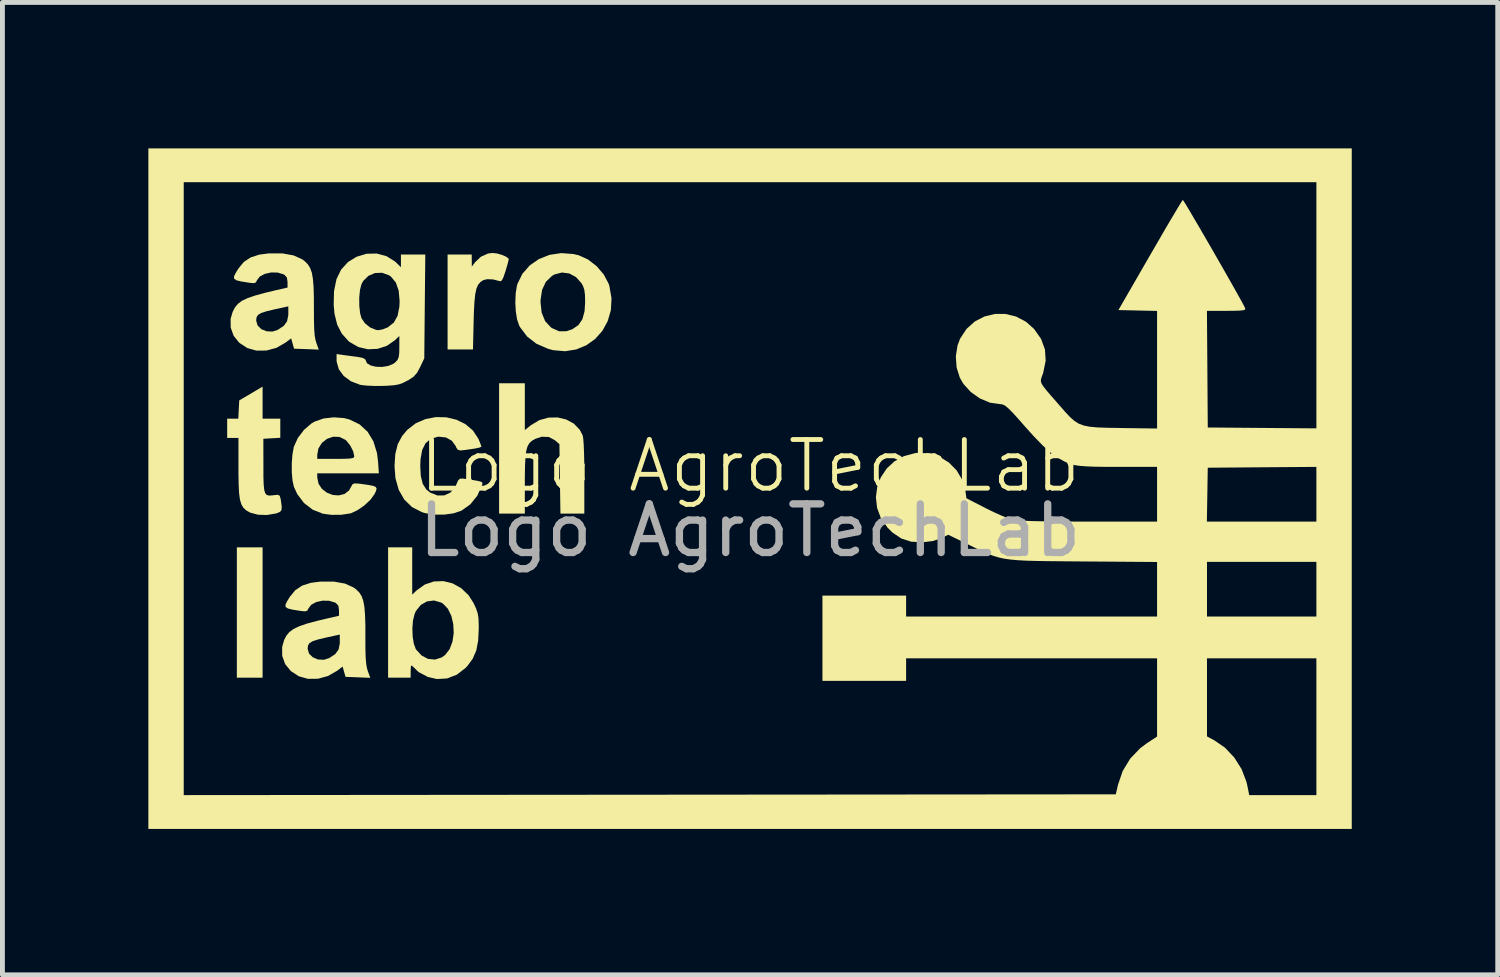
<source format=kicad_pcb>
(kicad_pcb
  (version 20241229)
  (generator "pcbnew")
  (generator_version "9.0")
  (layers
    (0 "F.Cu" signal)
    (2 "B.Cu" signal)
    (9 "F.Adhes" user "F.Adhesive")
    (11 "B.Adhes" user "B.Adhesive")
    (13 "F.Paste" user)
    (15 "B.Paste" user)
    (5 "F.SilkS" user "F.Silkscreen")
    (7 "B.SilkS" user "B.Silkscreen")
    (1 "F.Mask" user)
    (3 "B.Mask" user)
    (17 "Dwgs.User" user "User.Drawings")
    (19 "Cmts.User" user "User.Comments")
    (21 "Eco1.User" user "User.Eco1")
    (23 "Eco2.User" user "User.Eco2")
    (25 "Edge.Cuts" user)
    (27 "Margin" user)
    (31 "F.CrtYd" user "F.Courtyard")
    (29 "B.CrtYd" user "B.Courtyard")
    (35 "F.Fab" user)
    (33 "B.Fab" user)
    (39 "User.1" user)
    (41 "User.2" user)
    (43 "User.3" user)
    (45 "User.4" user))
  (footprint "Logo AgroTechLab"
    (layer "F.Cu")
    (at 12.369 7.028)
    (property "Reference" "Logo AgroTechLab" (at 0 -0.5 0) (unlocked yes) (layer "F.SilkS") (effects (font (size 1 1) (thickness 0.1))))
    (attr through_hole)
    (fp_poly (pts (xy -10.021 2.514) (xy -10.021 3.853) (xy -10.286 3.853) (xy -10.55 3.853) (xy -10.55 2.514) (xy -10.55 1.174) (xy -10.286 1.174) (xy -10.021 1.174)) (stroke (width 0) (type solid)) (fill yes) (layer "F.SilkS"))
    (fp_poly (pts (xy -5.201 -4.867) (xy -5.102 -4.839) (xy -5.017 -4.802) (xy -4.967 -4.765) (xy -4.961 -4.751) (xy -4.97 -4.706) (xy -4.994 -4.616) (xy -5.028 -4.502) (xy -5.029 -4.499) (xy -5.069 -4.381) (xy -5.1 -4.317) (xy -5.13 -4.296) (xy -5.153 -4.3) (xy -5.282 -4.334) (xy -5.405 -4.339) (xy -5.485 -4.319) (xy -5.545 -4.278) (xy -5.592 -4.221) (xy -5.626 -4.141) (xy -5.65 -4.028) (xy -5.666 -3.873) (xy -5.677 -3.667) (xy -5.682 -3.481) (xy -5.696 -2.894) (xy -5.957 -2.894) (xy -6.218 -2.894) (xy -6.218 -3.87) (xy -6.218 -4.845) (xy -5.97 -4.845) (xy -5.722 -4.845) (xy -5.721 -4.721) (xy -5.72 -4.597) (xy -5.651 -4.689) (xy -5.531 -4.802) (xy -5.384 -4.867) (xy -5.292 -4.878)) (stroke (width 0) (type solid)) (fill yes) (layer "F.SilkS"))
    (fp_poly (pts (xy -4.63 -1.718) (xy -4.63 -1.237) (xy -4.504 -1.338) (xy -4.332 -1.441) (xy -4.146 -1.493) (xy -3.958 -1.497) (xy -3.78 -1.455) (xy -3.623 -1.37) (xy -3.501 -1.243) (xy -3.442 -1.131) (xy -3.43 -1.066) (xy -3.42 -0.942) (xy -3.413 -0.767) (xy -3.408 -0.549) (xy -3.407 -0.296) (xy -3.407 -0.279) (xy -3.407 0.48) (xy -3.652 0.48) (xy -3.898 0.48) (xy -3.909 -0.234) (xy -3.919 -0.948) (xy -4.012 -1.028) (xy -4.137 -1.095) (xy -4.282 -1.1) (xy -4.416 -1.056) (xy -4.484 -1.017) (xy -4.536 -0.969) (xy -4.574 -0.903) (xy -4.601 -0.809) (xy -4.617 -0.679) (xy -4.626 -0.505) (xy -4.63 -0.277) (xy -4.63 -0.152) (xy -4.63 0.48) (xy -4.895 0.48) (xy -5.159 0.48) (xy -5.159 -0.86) (xy -5.159 -2.199) (xy -4.895 -2.199) (xy -4.63 -2.199)) (stroke (width 0) (type solid)) (fill yes) (layer "F.SilkS"))
    (fp_poly (pts (xy -10.021 -1.801) (xy -10.021 -1.472) (xy -9.839 -1.472) (xy -9.657 -1.472) (xy -9.657 -1.275) (xy -9.657 -1.078) (xy -9.831 -1.068) (xy -10.005 -1.058) (xy -10.004 -0.503) (xy -10.004 -0.284) (xy -9.999 -0.122) (xy -9.988 -0.011) (xy -9.968 0.06) (xy -9.935 0.097) (xy -9.886 0.11) (xy -9.819 0.105) (xy -9.786 0.101) (xy -9.707 0.093) (xy -9.669 0.114) (xy -9.65 0.178) (xy -9.645 0.207) (xy -9.628 0.329) (xy -9.631 0.402) (xy -9.661 0.444) (xy -9.723 0.47) (xy -9.748 0.478) (xy -9.934 0.509) (xy -10.116 0.503) (xy -10.27 0.462) (xy -10.286 0.455) (xy -10.36 0.412) (xy -10.416 0.36) (xy -10.457 0.29) (xy -10.486 0.194) (xy -10.504 0.061) (xy -10.513 -0.115) (xy -10.517 -0.346) (xy -10.517 -0.455) (xy -10.517 -1.075) (xy -10.633 -1.075) (xy -10.749 -1.075) (xy -10.749 -1.273) (xy -10.749 -1.472) (xy -10.635 -1.472) (xy -10.52 -1.472) (xy -10.511 -1.659) (xy -10.501 -1.847) (xy -10.261 -1.988) (xy -10.021 -2.13)) (stroke (width 0) (type solid)) (fill yes) (layer "F.SilkS"))
    (fp_poly (pts (xy -3.633 -4.856) (xy -3.524 -4.831) (xy -3.332 -4.744) (xy -3.154 -4.607) (xy -3.007 -4.435) (xy -2.907 -4.245) (xy -2.892 -4.2) (xy -2.848 -3.945) (xy -2.861 -3.702) (xy -2.926 -3.478) (xy -3.035 -3.278) (xy -3.184 -3.11) (xy -3.366 -2.98) (xy -3.574 -2.894) (xy -3.802 -2.858) (xy -4.045 -2.879) (xy -4.151 -2.907) (xy -4.392 -3.012) (xy -4.583 -3.16) (xy -4.728 -3.352) (xy -4.748 -3.39) (xy -4.79 -3.514) (xy -4.816 -3.68) (xy -4.826 -3.865) (xy -4.825 -3.87) (xy -4.308 -3.87) (xy -4.284 -3.651) (xy -4.213 -3.477) (xy -4.094 -3.348) (xy -4.071 -3.333) (xy -3.926 -3.268) (xy -3.773 -3.269) (xy -3.652 -3.311) (xy -3.529 -3.395) (xy -3.447 -3.515) (xy -3.402 -3.68) (xy -3.39 -3.87) (xy -3.394 -4.017) (xy -3.407 -4.121) (xy -3.435 -4.202) (xy -3.465 -4.255) (xy -3.577 -4.381) (xy -3.715 -4.456) (xy -3.866 -4.476) (xy -4.017 -4.437) (xy -4.071 -4.407) (xy -4.198 -4.284) (xy -4.276 -4.118) (xy -4.307 -3.906) (xy -4.308 -3.87) (xy -4.825 -3.87) (xy -4.818 -4.047) (xy -4.793 -4.204) (xy -4.782 -4.242) (xy -4.68 -4.45) (xy -4.529 -4.622) (xy -4.34 -4.753) (xy -4.121 -4.839) (xy -3.882 -4.875)) (stroke (width 0) (type solid)) (fill yes) (layer "F.SilkS"))
    (fp_poly (pts (xy -6.945 1.66) (xy -6.945 2.146) (xy -6.854 2.058) (xy -6.686 1.938) (xy -6.5 1.875) (xy -6.306 1.868) (xy -6.117 1.914) (xy -5.941 2.011) (xy -5.788 2.156) (xy -5.682 2.322) (xy -5.631 2.434) (xy -5.6 2.527) (xy -5.583 2.627) (xy -5.578 2.758) (xy -5.577 2.839) (xy -5.589 3.09) (xy -5.628 3.294) (xy -5.701 3.463) (xy -5.81 3.612) (xy -5.85 3.654) (xy -6.031 3.793) (xy -6.228 3.869) (xy -6.436 3.881) (xy -6.625 3.838) (xy -6.815 3.737) (xy -6.935 3.621) (xy -6.961 3.601) (xy -6.973 3.627) (xy -6.977 3.71) (xy -6.977 3.712) (xy -6.978 3.853) (xy -7.21 3.853) (xy -7.441 3.853) (xy -7.441 2.839) (xy -6.942 2.839) (xy -6.936 3.006) (xy -6.912 3.156) (xy -6.871 3.266) (xy -6.866 3.274) (xy -6.753 3.397) (xy -6.62 3.467) (xy -6.477 3.481) (xy -6.339 3.437) (xy -6.27 3.388) (xy -6.176 3.267) (xy -6.117 3.111) (xy -6.092 2.935) (xy -6.101 2.753) (xy -6.141 2.582) (xy -6.212 2.436) (xy -6.314 2.33) (xy -6.351 2.308) (xy -6.498 2.266) (xy -6.642 2.285) (xy -6.769 2.358) (xy -6.868 2.481) (xy -6.896 2.543) (xy -6.929 2.677) (xy -6.942 2.839) (xy -7.441 2.839) (xy -7.441 2.514) (xy -7.441 1.174) (xy -7.193 1.174) (xy -6.945 1.174)) (stroke (width 0) (type solid)) (fill yes) (layer "F.SilkS"))
    (fp_poly (pts (xy -6.242 -1.499) (xy -6.037 -1.45) (xy -5.851 -1.359) (xy -5.696 -1.227) (xy -5.584 -1.057) (xy -5.575 -1.035) (xy -5.542 -0.954) (xy -5.524 -0.903) (xy -5.523 -0.897) (xy -5.555 -0.879) (xy -5.651 -0.858) (xy -5.813 -0.834) (xy -5.858 -0.828) (xy -5.952 -0.818) (xy -6.003 -0.829) (xy -6.035 -0.869) (xy -6.052 -0.91) (xy -6.131 -1.018) (xy -6.251 -1.085) (xy -6.398 -1.101) (xy -6.424 -1.098) (xy -6.567 -1.055) (xy -6.671 -0.966) (xy -6.74 -0.829) (xy -6.774 -0.639) (xy -6.78 -0.496) (xy -6.768 -0.287) (xy -6.728 -0.131) (xy -6.657 -0.018) (xy -6.575 0.049) (xy -6.426 0.108) (xy -6.284 0.106) (xy -6.159 0.047) (xy -6.064 -0.066) (xy -6.039 -0.117) (xy -6.002 -0.201) (xy -5.966 -0.237) (xy -5.906 -0.241) (xy -5.845 -0.232) (xy -5.688 -0.208) (xy -5.586 -0.19) (xy -5.528 -0.174) (xy -5.504 -0.156) (xy -5.502 -0.132) (xy -5.51 -0.104) (xy -5.608 0.114) (xy -5.753 0.292) (xy -5.934 0.42) (xy -6.092 0.474) (xy -6.286 0.501) (xy -6.491 0.5) (xy -6.682 0.47) (xy -6.747 0.45) (xy -6.949 0.346) (xy -7.108 0.192) (xy -7.222 -0.007) (xy -7.29 -0.248) (xy -7.309 -0.496) (xy -7.293 -0.743) (xy -7.243 -0.946) (xy -7.152 -1.116) (xy -7.046 -1.242) (xy -6.87 -1.378) (xy -6.67 -1.464) (xy -6.457 -1.504)) (stroke (width 0) (type solid)) (fill yes) (layer "F.SilkS"))
    (fp_poly (pts (xy -8.344 -1.483) (xy -8.235 -1.455) (xy -8.027 -1.354) (xy -7.863 -1.203) (xy -7.743 -1.006) (xy -7.669 -0.764) (xy -7.647 -0.587) (xy -7.631 -0.347) (xy -8.264 -0.347) (xy -8.897 -0.347) (xy -8.897 -0.261) (xy -8.87 -0.131) (xy -8.799 -0.026) (xy -8.697 0.051) (xy -8.578 0.097) (xy -8.454 0.106) (xy -8.338 0.077) (xy -8.245 0.006) (xy -8.199 -0.075) (xy -8.174 -0.121) (xy -8.135 -0.14) (xy -8.061 -0.138) (xy -8.012 -0.132) (xy -7.851 -0.11) (xy -7.748 -0.09) (xy -7.692 -0.066) (xy -7.677 -0.031) (xy -7.692 0.021) (xy -7.721 0.081) (xy -7.805 0.196) (xy -7.929 0.312) (xy -8.069 0.41) (xy -8.201 0.471) (xy -8.217 0.476) (xy -8.401 0.504) (xy -8.603 0.506) (xy -8.783 0.482) (xy -8.992 0.399) (xy -9.17 0.262) (xy -9.309 0.078) (xy -9.378 -0.073) (xy -9.406 -0.2) (xy -9.421 -0.367) (xy -9.421 -0.553) (xy -9.408 -0.729) (xy -8.897 -0.729) (xy -8.897 -0.645) (xy -8.516 -0.645) (xy -8.35 -0.646) (xy -8.239 -0.651) (xy -8.173 -0.66) (xy -8.143 -0.676) (xy -8.136 -0.696) (xy -8.159 -0.801) (xy -8.218 -0.918) (xy -8.296 -1.016) (xy -8.318 -1.036) (xy -8.441 -1.096) (xy -8.571 -1.1) (xy -8.696 -1.057) (xy -8.801 -0.974) (xy -8.873 -0.859) (xy -8.897 -0.729) (xy -9.408 -0.729) (xy -9.408 -0.732) (xy -9.381 -0.881) (xy -9.377 -0.897) (xy -9.296 -1.075) (xy -9.169 -1.242) (xy -9.016 -1.373) (xy -8.952 -1.411) (xy -8.768 -1.475) (xy -8.556 -1.499)) (stroke (width 0) (type solid)) (fill yes) (layer "F.SilkS"))
    (fp_poly (pts (xy -9.614 -4.869) (xy -9.384 -4.828) (xy -9.204 -4.746) (xy -9.148 -4.703) (xy -9.088 -4.641) (xy -9.043 -4.567) (xy -9.009 -4.473) (xy -8.987 -4.348) (xy -8.973 -4.185) (xy -8.967 -3.974) (xy -8.966 -3.709) (xy -8.965 -3.482) (xy -8.96 -3.31) (xy -8.95 -3.182) (xy -8.933 -3.087) (xy -8.917 -3.033) (xy -8.866 -2.891) (xy -9.12 -2.901) (xy -9.374 -2.91) (xy -9.404 -3.016) (xy -9.434 -3.122) (xy -9.546 -3.037) (xy -9.735 -2.928) (xy -9.941 -2.872) (xy -10.147 -2.87) (xy -10.335 -2.923) (xy -10.501 -3.032) (xy -10.616 -3.175) (xy -10.676 -3.342) (xy -10.678 -3.488) (xy -10.153 -3.488) (xy -10.124 -3.388) (xy -10.048 -3.312) (xy -9.94 -3.268) (xy -9.819 -3.262) (xy -9.713 -3.295) (xy -9.588 -3.377) (xy -9.518 -3.472) (xy -9.493 -3.596) (xy -9.492 -3.624) (xy -9.492 -3.78) (xy -9.777 -3.718) (xy -9.941 -3.679) (xy -10.049 -3.644) (xy -10.114 -3.605) (xy -10.145 -3.556) (xy -10.153 -3.491) (xy -10.153 -3.488) (xy -10.678 -3.488) (xy -10.678 -3.525) (xy -10.637 -3.665) (xy -10.591 -3.756) (xy -10.53 -3.83) (xy -10.446 -3.894) (xy -10.328 -3.95) (xy -10.17 -4.004) (xy -9.961 -4.061) (xy -9.773 -4.106) (xy -9.508 -4.167) (xy -9.508 -4.282) (xy -9.521 -4.372) (xy -9.569 -4.426) (xy -9.591 -4.439) (xy -9.713 -4.475) (xy -9.847 -4.477) (xy -9.975 -4.448) (xy -10.078 -4.394) (xy -10.136 -4.317) (xy -10.137 -4.314) (xy -10.16 -4.271) (xy -10.204 -4.257) (xy -10.291 -4.265) (xy -10.297 -4.266) (xy -10.456 -4.291) (xy -10.557 -4.315) (xy -10.605 -4.347) (xy -10.609 -4.395) (xy -10.573 -4.468) (xy -10.519 -4.556) (xy -10.408 -4.692) (xy -10.267 -4.786) (xy -10.087 -4.844) (xy -9.892 -4.869)) (stroke (width 0) (type solid)) (fill yes) (layer "F.SilkS"))
    (fp_poly (pts (xy -8.555 1.878) (xy -8.326 1.919) (xy -8.146 2.001) (xy -8.09 2.044) (xy -8.03 2.106) (xy -7.984 2.18) (xy -7.951 2.274) (xy -7.928 2.399) (xy -7.915 2.562) (xy -7.908 2.773) (xy -7.908 3.038) (xy -7.907 3.265) (xy -7.902 3.437) (xy -7.891 3.565) (xy -7.875 3.66) (xy -7.859 3.714) (xy -7.807 3.856) (xy -8.061 3.846) (xy -8.316 3.836) (xy -8.346 3.731) (xy -8.376 3.625) (xy -8.487 3.71) (xy -8.677 3.819) (xy -8.882 3.875) (xy -9.089 3.877) (xy -9.277 3.824) (xy -9.443 3.715) (xy -9.558 3.572) (xy -9.618 3.405) (xy -9.619 3.259) (xy -9.095 3.259) (xy -9.066 3.359) (xy -8.989 3.434) (xy -8.882 3.479) (xy -8.76 3.485) (xy -8.655 3.452) (xy -8.529 3.37) (xy -8.459 3.275) (xy -8.434 3.151) (xy -8.434 3.123) (xy -8.434 2.967) (xy -8.719 3.029) (xy -8.882 3.068) (xy -8.991 3.103) (xy -9.056 3.142) (xy -9.087 3.191) (xy -9.095 3.256) (xy -9.095 3.259) (xy -9.619 3.259) (xy -9.619 3.222) (xy -9.579 3.081) (xy -9.533 2.991) (xy -9.472 2.917) (xy -9.387 2.853) (xy -9.27 2.797) (xy -9.112 2.742) (xy -8.903 2.686) (xy -8.715 2.641) (xy -8.45 2.58) (xy -8.45 2.465) (xy -8.463 2.375) (xy -8.511 2.321) (xy -8.533 2.308) (xy -8.655 2.272) (xy -8.789 2.27) (xy -8.917 2.298) (xy -9.02 2.353) (xy -9.078 2.429) (xy -9.079 2.433) (xy -9.102 2.476) (xy -9.146 2.49) (xy -9.233 2.482) (xy -9.239 2.481) (xy -9.398 2.456) (xy -9.498 2.432) (xy -9.547 2.4) (xy -9.55 2.352) (xy -9.515 2.279) (xy -9.461 2.191) (xy -9.349 2.055) (xy -9.209 1.961) (xy -9.029 1.903) (xy -8.833 1.878)) (stroke (width 0) (type solid)) (fill yes) (layer "F.SilkS"))
    (fp_poly (pts (xy -7.474 -4.812) (xy -7.298 -4.702) (xy -7.26 -4.666) (xy -7.177 -4.584) (xy -7.177 -4.714) (xy -7.177 -4.845) (xy -6.926 -4.845) (xy -6.676 -4.845) (xy -6.687 -3.779) (xy -6.697 -2.712) (xy -6.783 -2.53) (xy -6.846 -2.414) (xy -6.917 -2.334) (xy -7.021 -2.265) (xy -7.046 -2.252) (xy -7.137 -2.206) (xy -7.221 -2.176) (xy -7.317 -2.159) (xy -7.447 -2.149) (xy -7.556 -2.145) (xy -7.714 -2.144) (xy -7.861 -2.15) (xy -7.977 -2.161) (xy -8.017 -2.168) (xy -8.205 -2.24) (xy -8.353 -2.349) (xy -8.453 -2.485) (xy -8.498 -2.641) (xy -8.5 -2.677) (xy -8.5 -2.8) (xy -8.376 -2.782) (xy -8.266 -2.767) (xy -8.134 -2.75) (xy -8.078 -2.743) (xy -7.96 -2.72) (xy -7.907 -2.688) (xy -7.904 -2.677) (xy -7.875 -2.611) (xy -7.799 -2.565) (xy -7.69 -2.539) (xy -7.566 -2.535) (xy -7.443 -2.554) (xy -7.337 -2.597) (xy -7.292 -2.63) (xy -7.248 -2.679) (xy -7.223 -2.736) (xy -7.212 -2.821) (xy -7.21 -2.939) (xy -7.21 -3.171) (xy -7.301 -3.084) (xy -7.466 -2.969) (xy -7.656 -2.907) (xy -7.856 -2.898) (xy -8.052 -2.944) (xy -8.227 -3.044) (xy -8.255 -3.066) (xy -8.393 -3.22) (xy -8.488 -3.405) (xy -8.543 -3.629) (xy -8.559 -3.807) (xy -8.556 -3.96) (xy -8.034 -3.96) (xy -8.033 -3.792) (xy -8.016 -3.639) (xy -7.989 -3.538) (xy -7.916 -3.431) (xy -7.807 -3.344) (xy -7.686 -3.296) (xy -7.639 -3.291) (xy -7.555 -3.306) (xy -7.456 -3.345) (xy -7.443 -3.352) (xy -7.323 -3.447) (xy -7.246 -3.585) (xy -7.209 -3.772) (xy -7.204 -3.883) (xy -7.223 -4.102) (xy -7.282 -4.271) (xy -7.381 -4.39) (xy -7.422 -4.419) (xy -7.565 -4.471) (xy -7.711 -4.465) (xy -7.846 -4.407) (xy -7.952 -4.303) (xy -7.989 -4.234) (xy -8.019 -4.116) (xy -8.034 -3.96) (xy -8.556 -3.96) (xy -8.552 -4.097) (xy -8.502 -4.34) (xy -8.406 -4.537) (xy -8.264 -4.692) (xy -8.089 -4.8) (xy -7.882 -4.862) (xy -7.673 -4.866)) (stroke (width 0) (type solid)) (fill yes) (layer "F.SilkS"))
    (fp_poly (pts (xy 12.369 -0.033) (xy 12.369 6.962) (xy -0.000001 6.962) (xy -12.369 6.962) (xy -12.369 -0.033) (xy -11.642 -0.033) (xy -11.642 6.267) (xy -2.061 6.259) (xy 7.519 6.251) (xy 7.562 6.06) (xy 7.66 5.772) (xy 7.814 5.518) (xy 8.02 5.303) (xy 8.155 5.202) (xy 8.367 5.063) (xy 8.367 4.259) (xy 8.367 4.258) (xy 9.393 4.258) (xy 9.393 5.06) (xy 9.541 5.139) (xy 9.763 5.292) (xy 9.954 5.494) (xy 10.104 5.732) (xy 10.204 5.993) (xy 10.223 6.074) (xy 10.261 6.267) (xy 10.951 6.267) (xy 11.642 6.267) (xy 11.642 4.862) (xy 11.642 3.456) (xy 10.517 3.456) (xy 9.393 3.456) (xy 9.393 4.258) (xy 8.367 4.258) (xy 8.367 3.456) (xy 5.788 3.456) (xy 3.208 3.456) (xy 3.208 3.688) (xy 3.208 3.919) (xy 2.348 3.919) (xy 1.488 3.919) (xy 1.488 3.043) (xy 1.488 2.166) (xy 2.348 2.166) (xy 3.208 2.166) (xy 3.208 2.381) (xy 3.208 2.596) (xy 5.788 2.596) (xy 8.367 2.596) (xy 8.367 2.036) (xy 8.367 2.034) (xy 9.393 2.034) (xy 9.393 2.596) (xy 10.517 2.596) (xy 11.642 2.596) (xy 11.642 2.034) (xy 11.642 1.472) (xy 10.517 1.472) (xy 9.393 1.472) (xy 9.393 2.034) (xy 8.367 2.034) (xy 8.367 1.475) (xy 6.854 1.464) (xy 6.48 1.461) (xy 6.165 1.458) (xy 5.902 1.454) (xy 5.682 1.448) (xy 5.5 1.438) (xy 5.347 1.424) (xy 5.217 1.405) (xy 5.101 1.379) (xy 4.993 1.346) (xy 4.886 1.305) (xy 4.771 1.254) (xy 4.642 1.192) (xy 4.509 1.127) (xy 4.074 0.915) (xy 3.93 0.986) (xy 3.756 1.044) (xy 3.553 1.069) (xy 3.315 1.058) (xy 3.111 0.993) (xy 2.928 0.87) (xy 2.827 0.769) (xy 2.689 0.572) (xy 2.611 0.362) (xy 2.587 0.146) (xy 2.614 -0.067) (xy 2.689 -0.267) (xy 2.808 -0.445) (xy 2.968 -0.594) (xy 3.164 -0.702) (xy 3.394 -0.763) (xy 3.441 -0.769) (xy 3.673 -0.758) (xy 3.891 -0.69) (xy 4.086 -0.571) (xy 4.246 -0.409) (xy 4.363 -0.212) (xy 4.427 0.011) (xy 4.427 0.014) (xy 4.448 0.165) (xy 4.843 0.368) (xy 5.005 0.448) (xy 5.163 0.519) (xy 5.298 0.574) (xy 5.394 0.606) (xy 5.399 0.607) (xy 5.484 0.619) (xy 5.634 0.628) (xy 5.849 0.635) (xy 6.128 0.64) (xy 6.47 0.643) (xy 6.875 0.645) (xy 6.964 0.645) (xy 8.367 0.645) (xy 9.391 0.645) (xy 10.516 0.645) (xy 11.642 0.645) (xy 11.642 0.082) (xy 11.642 -0.48) (xy 10.525 -0.472) (xy 9.409 -0.463) (xy 9.4 0.091) (xy 9.391 0.645) (xy 8.367 0.645) (xy 8.367 0.083) (xy 8.367 -0.48) (xy 7.58 -0.48) (xy 7.302 -0.481) (xy 7.083 -0.484) (xy 6.912 -0.491) (xy 6.783 -0.501) (xy 6.687 -0.514) (xy 6.626 -0.529) (xy 6.477 -0.584) (xy 6.331 -0.663) (xy 6.18 -0.773) (xy 6.017 -0.919) (xy 5.833 -1.109) (xy 5.66 -1.301) (xy 5.514 -1.467) (xy 5.404 -1.588) (xy 5.321 -1.673) (xy 5.26 -1.726) (xy 5.212 -1.756) (xy 5.171 -1.768) (xy 5.145 -1.769) (xy 4.932 -1.8) (xy 4.725 -1.887) (xy 4.538 -2.019) (xy 4.386 -2.186) (xy 4.312 -2.314) (xy 4.246 -2.525) (xy 4.23 -2.754) (xy 4.265 -2.978) (xy 4.318 -3.117) (xy 4.451 -3.318) (xy 4.621 -3.47) (xy 4.818 -3.572) (xy 5.032 -3.624) (xy 5.252 -3.624) (xy 5.469 -3.571) (xy 5.673 -3.463) (xy 5.838 -3.316) (xy 5.982 -3.112) (xy 6.062 -2.894) (xy 6.077 -2.663) (xy 6.027 -2.418) (xy 6.021 -2.399) (xy 5.997 -2.334) (xy 5.981 -2.284) (xy 5.978 -2.24) (xy 5.992 -2.193) (xy 6.029 -2.135) (xy 6.092 -2.054) (xy 6.187 -1.943) (xy 6.319 -1.793) (xy 6.35 -1.757) (xy 6.472 -1.618) (xy 6.573 -1.509) (xy 6.664 -1.428) (xy 6.757 -1.369) (xy 6.861 -1.33) (xy 6.988 -1.305) (xy 7.148 -1.291) (xy 7.352 -1.284) (xy 7.611 -1.28) (xy 7.632 -1.279) (xy 8.367 -1.269) (xy 8.367 -2.477) (xy 8.367 -3.686) (xy 7.97 -3.695) (xy 7.572 -3.704) (xy 8.226 -4.837) (xy 8.37 -5.085) (xy 8.503 -5.315) (xy 8.623 -5.52) (xy 8.726 -5.693) (xy 8.808 -5.83) (xy 8.865 -5.923) (xy 8.894 -5.966) (xy 8.896 -5.969) (xy 8.916 -5.941) (xy 8.965 -5.863) (xy 9.037 -5.743) (xy 9.128 -5.587) (xy 9.235 -5.405) (xy 9.353 -5.202) (xy 9.477 -4.988) (xy 9.603 -4.768) (xy 9.727 -4.552) (xy 9.844 -4.346) (xy 9.951 -4.158) (xy 10.042 -3.995) (xy 10.114 -3.866) (xy 10.161 -3.777) (xy 10.181 -3.736) (xy 10.181 -3.736) (xy 10.175 -3.715) (xy 10.142 -3.701) (xy 10.072 -3.693) (xy 9.954 -3.689) (xy 9.792 -3.688) (xy 9.392 -3.688) (xy 9.401 -2.489) (xy 9.409 -1.29) (xy 10.525 -1.281) (xy 11.642 -1.272) (xy 11.642 -3.803) (xy 11.642 -6.333) (xy -0.000001 -6.333) (xy -11.642 -6.333) (xy -11.642 -0.033) (xy -12.369 -0.033) (xy -12.369 -0.033) (xy -12.369 -7.028) (xy -0.000001 -7.028) (xy 12.369 -7.028)) (stroke (width 0) (type solid)) (fill yes) (layer "F.SilkS"))
    (fp_text user "${REFERENCE}" (at 0 0.825 0) (unlocked yes) (layer "F.Fab") (effects (font (size 1 1) (thickness 0.15)))))
  (gr_rect
    (start -3 -3)
    (end 27.739 16.99)
    (stroke (width 0.1) (type default))
    (fill no)
    (layer "Edge.Cuts")))
</source>
